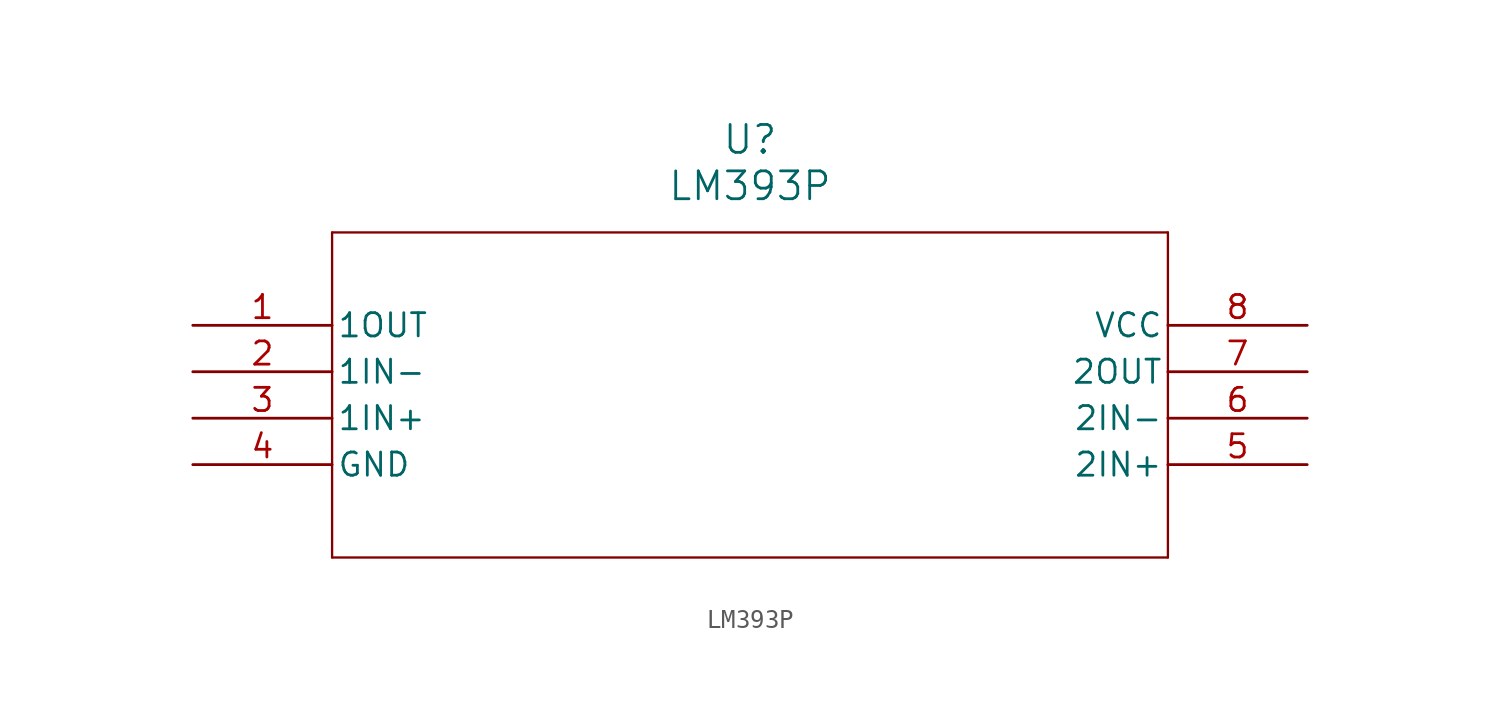
<source format=kicad_sym>
(kicad_symbol_lib
  (version 20211014)
  (generator kicad_symbol_editor)
  (symbol "LM393P"
    (pin_names
      (offset 0.254))
    (property "Reference" "U"
      (at 30.48 10.16 0)
      (effects (font (size 1.524 1.524))))
    (property "Value" "LM393P"
      (at 30.48 7.62 0)
      (effects (font (size 1.524 1.524))))
    (symbol "LM393P_0_1"
      (polyline (pts (xy 7.62 5.08) (xy 7.62 -12.7)) (stroke (width 0.127) (type default) (color 0 0 0 0)) (fill (type none)))
      (polyline (pts (xy 7.62 -12.7) (xy 53.34 -12.7)) (stroke (width 0.127) (type default) (color 0 0 0 0)) (fill (type none)))
      (polyline (pts (xy 53.34 -12.7) (xy 53.34 5.08)) (stroke (width 0.127) (type default) (color 0 0 0 0)) (fill (type none)))
      (polyline (pts (xy 53.34 5.08) (xy 7.62 5.08)) (stroke (width 0.127) (type default) (color 0 0 0 0)) (fill (type none)))
      (pin output line (at 0 0 0) (length 7.62) (name "1OUT" (effects (font (size 1.27 1.27)))) (number "1" (effects (font (size 1.27 1.27)))))
      (pin input line (at 0 -2.54 0) (length 7.62) (name "1IN-" (effects (font (size 1.27 1.27)))) (number "2" (effects (font (size 1.27 1.27)))))
      (pin input line (at 0 -5.08 0) (length 7.62) (name "1IN+" (effects (font (size 1.27 1.27)))) (number "3" (effects (font (size 1.27 1.27)))))
      (pin power_in line (at 0 -7.62 0) (length 7.62) (name "GND" (effects (font (size 1.27 1.27)))) (number "4" (effects (font (size 1.27 1.27)))))
      (pin input line (at 60.96 -7.62 180) (length 7.62) (name "2IN+" (effects (font (size 1.27 1.27)))) (number "5" (effects (font (size 1.27 1.27)))))
      (pin input line (at 60.96 -5.08 180) (length 7.62) (name "2IN-" (effects (font (size 1.27 1.27)))) (number "6" (effects (font (size 1.27 1.27)))))
      (pin output line (at 60.96 -2.54 180) (length 7.62) (name "2OUT" (effects (font (size 1.27 1.27)))) (number "7" (effects (font (size 1.27 1.27)))))
      (pin power_in line (at 60.96 0 180) (length 7.62) (name "VCC" (effects (font (size 1.27 1.27)))) (number "8" (effects (font (size 1.27 1.27))))))))
</source>
